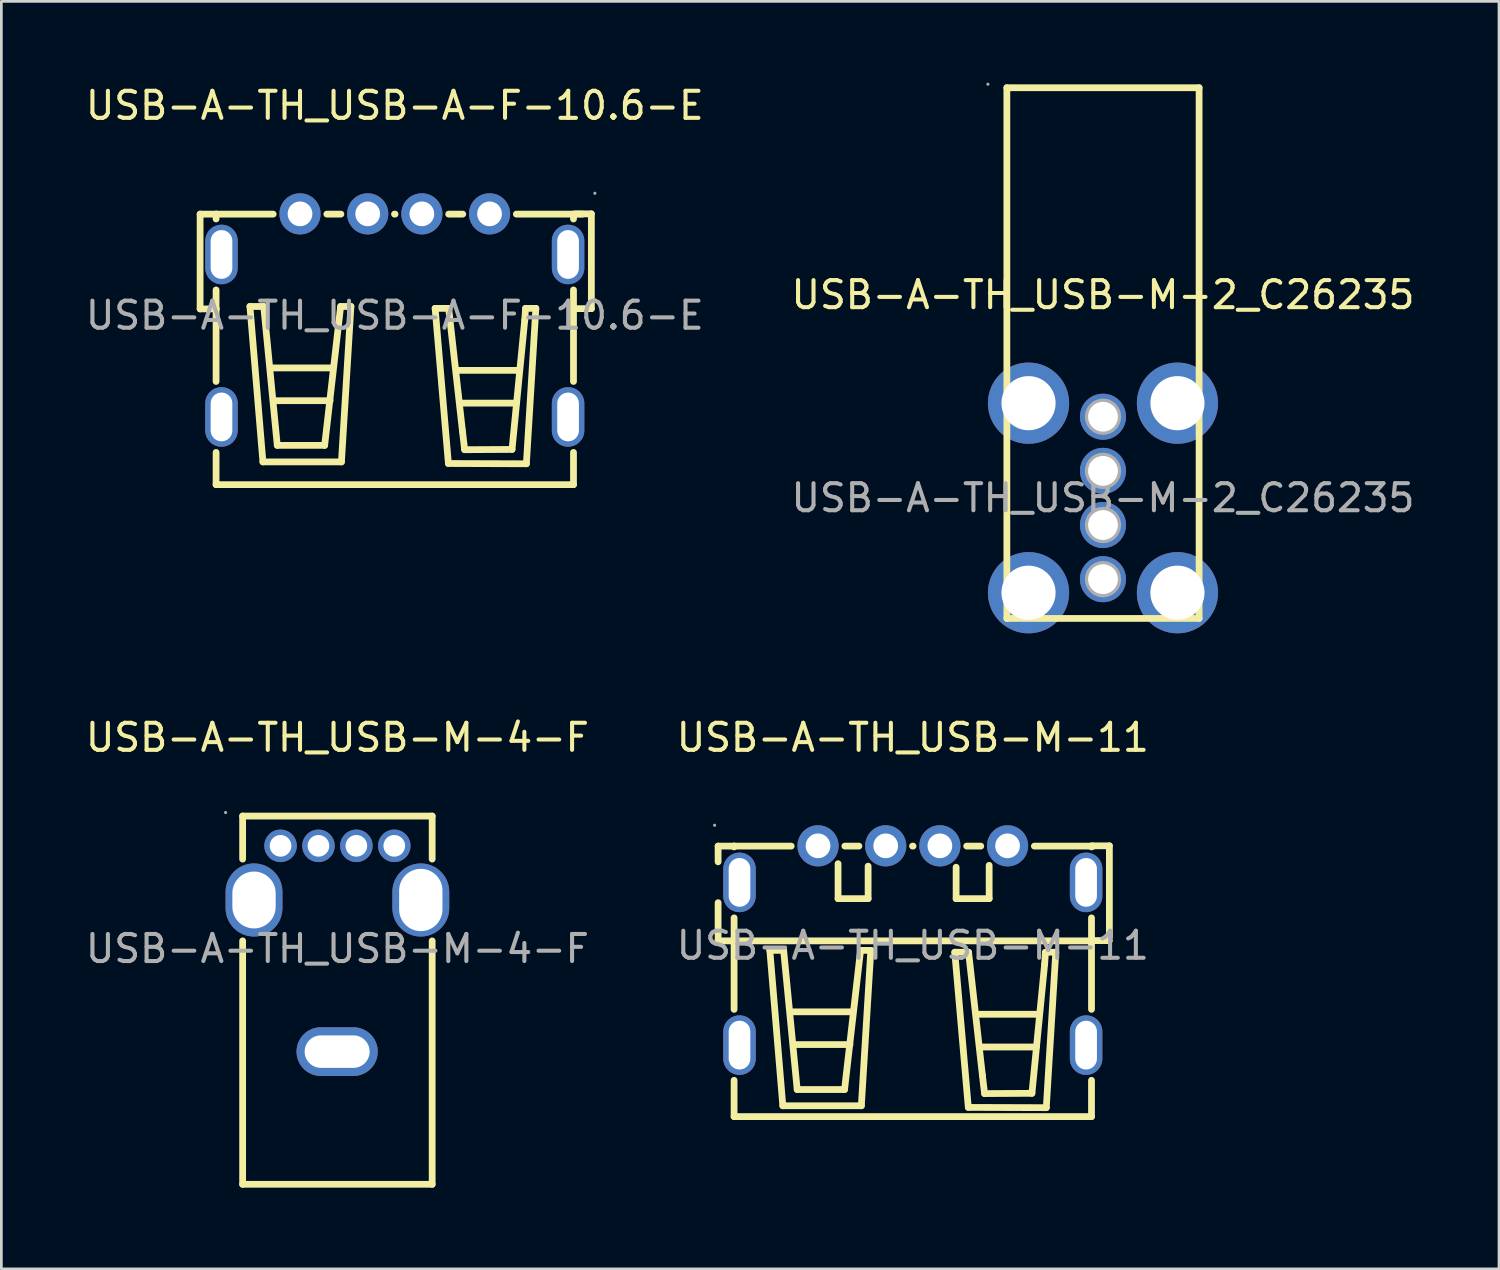
<source format=kicad_pcb>
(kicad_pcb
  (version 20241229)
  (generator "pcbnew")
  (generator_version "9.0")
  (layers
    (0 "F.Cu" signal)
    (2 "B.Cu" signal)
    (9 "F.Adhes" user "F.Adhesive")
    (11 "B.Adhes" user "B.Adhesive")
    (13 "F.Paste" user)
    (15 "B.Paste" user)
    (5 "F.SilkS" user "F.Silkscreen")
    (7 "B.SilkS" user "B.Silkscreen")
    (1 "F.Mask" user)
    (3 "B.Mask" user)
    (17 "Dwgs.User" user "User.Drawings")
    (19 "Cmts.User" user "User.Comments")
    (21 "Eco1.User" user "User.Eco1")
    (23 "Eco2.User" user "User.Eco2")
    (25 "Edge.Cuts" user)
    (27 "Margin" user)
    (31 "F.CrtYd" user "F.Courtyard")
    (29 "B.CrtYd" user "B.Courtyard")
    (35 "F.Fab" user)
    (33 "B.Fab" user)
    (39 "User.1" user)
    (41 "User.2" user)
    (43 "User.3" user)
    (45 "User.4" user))
  (footprint "USB-A-TH_USB-M-4-F"
    (layer "F.Cu")
    (at 9.411 31.988)
    (property "Reference" "USB-A-TH_USB-M-4-F" (at 0 -7.8 0) (layer "F.SilkS") (effects (font (size 1 1) (thickness 0.15))))
    (attr through_hole)
    (fp_line (start -3.5 -4.9) (end -3.5 -3.31) (stroke (width 0.25) (type solid)) (layer "F.SilkS"))
    (fp_line (start -3.5 -4.9) (end 3.5 -4.9) (stroke (width 0.25) (type solid)) (layer "F.SilkS"))
    (fp_line (start -3.5 -0.29) (end -3.5 8.7) (stroke (width 0.25) (type solid)) (layer "F.SilkS"))
    (fp_line (start -3.5 8.7) (end 3.5 8.7) (stroke (width 0.25) (type solid)) (layer "F.SilkS"))
    (fp_line (start 3.5 -4.9) (end 3.5 -3.31) (stroke (width 0.25) (type solid)) (layer "F.SilkS"))
    (fp_line (start 3.5 -0.29) (end 3.5 8.7) (stroke (width 0.25) (type solid)) (layer "F.SilkS"))
    (fp_circle (center -4.13 -5.03) (end -4.1 -5.03) (stroke (width 0.06) (type solid)) (fill no) (layer "F.Fab"))
    (fp_circle (center -2.1 -3.8) (end -1.95 -3.8) (stroke (width 0.3) (type solid)) (fill no) (layer "F.Fab"))
    (fp_circle (center -0.7 -3.8) (end -0.55 -3.8) (stroke (width 0.3) (type solid)) (fill no) (layer "F.Fab"))
    (fp_circle (center 0.7 -3.8) (end 0.85 -3.8) (stroke (width 0.3) (type solid)) (fill no) (layer "F.Fab"))
    (fp_circle (center 2.1 -3.8) (end 2.25 -3.8) (stroke (width 0.3) (type solid)) (fill no) (layer "F.Fab"))
    (fp_text user "${REFERENCE}" (at 0 0 0) (layer "F.Fab") (effects (font (size 1 1) (thickness 0.15))))
    (pad "1" thru_hole circle (at -2.1 -3.8 180) (size 1.2 1.2) (drill 0.8) (layers "*.Cu" "*.Paste" "*.Mask"))
    (pad "2" thru_hole circle (at -0.7 -3.8 180) (size 1.2 1.2) (drill 0.8) (layers "*.Cu" "*.Paste" "*.Mask"))
    (pad "3" thru_hole circle (at 0.7 -3.8 180) (size 1.2 1.2) (drill 0.8) (layers "*.Cu" "*.Paste" "*.Mask"))
    (pad "4" thru_hole circle (at 2.1 -3.8 180) (size 1.2 1.2) (drill 0.8) (layers "*.Cu" "*.Paste" "*.Mask"))
    (pad "5" thru_hole oval (at 3.08 -1.8 90) (size 2.7 2.1) (drill oval 2.3 1.6) (layers "*.Cu" "*.Paste" "*.Mask"))
    (pad "6" thru_hole oval (at -3.08 -1.8) (size 2.1 2.7) (drill oval 1.6 2.1) (layers "*.Cu" "*.Paste" "*.Mask"))
    (pad "7" thru_hole oval (at -0.01 3.8 180) (size 3 1.8) (drill oval 2.4 1.2) (layers "*.Cu" "*.Paste" "*.Mask")))
  (footprint "USB-A-TH_USB-A-F-10.6-E"
    (layer "F.Cu")
    (at 11.53 8.598)
    (property "Reference" "USB-A-TH_USB-A-F-10.6-E" (at 0 -7.75 0) (layer "F.SilkS") (effects (font (size 1 1) (thickness 0.15))))
    (attr through_hole)
    (fp_line (start -7.19 -0.24) (end -7.19 -3.74) (stroke (width 0.25) (type solid)) (layer "F.SilkS"))
    (fp_line (start -6.6 -3.56) (end -6.6 -3.74) (stroke (width 0.25) (type solid)) (layer "F.SilkS"))
    (fp_line (start -6.6 2.44) (end -6.6 -0.94) (stroke (width 0.25) (type solid)) (layer "F.SilkS"))
    (fp_line (start -6.6 6.25) (end -6.6 5.06) (stroke (width 0.25) (type solid)) (layer "F.SilkS"))
    (fp_line (start -6.6 6.25) (end 6.6 6.25) (stroke (width 0.25) (type solid)) (layer "F.SilkS"))
    (fp_line (start -6.59 -3.74) (end -7.19 -3.74) (stroke (width 0.25) (type solid)) (layer "F.SilkS"))
    (fp_line (start -6.59 -3.74) (end -4.49 -3.74) (stroke (width 0.25) (type solid)) (layer "F.SilkS"))
    (fp_line (start -6.59 -0.24) (end -7.19 -0.24) (stroke (width 0.25) (type solid)) (layer "F.SilkS"))
    (fp_line (start -5.35 -0.33) (end -4.84 -0.33) (stroke (width 0.25) (type solid)) (layer "F.SilkS"))
    (fp_line (start -4.87 5.41) (end -5.35 -0.33) (stroke (width 0.25) (type solid)) (layer "F.SilkS"))
    (fp_line (start -4.84 -0.33) (end -4.34 4.8) (stroke (width 0.25) (type solid)) (layer "F.SilkS"))
    (fp_line (start -4.56 1.94) (end -2.3 1.94) (stroke (width 0.25) (type solid)) (layer "F.SilkS"))
    (fp_line (start -4.42 3.15) (end -2.39 3.15) (stroke (width 0.25) (type solid)) (layer "F.SilkS"))
    (fp_line (start -4.34 4.8) (end -2.59 4.8) (stroke (width 0.25) (type solid)) (layer "F.SilkS"))
    (fp_line (start -2.59 4.8) (end -2 -0.33) (stroke (width 0.25) (type solid)) (layer "F.SilkS"))
    (fp_line (start -2.51 -3.74) (end -1.99 -3.74) (stroke (width 0.25) (type solid)) (layer "F.SilkS"))
    (fp_line (start -2 -0.33) (end -1.62 -0.33) (stroke (width 0.25) (type solid)) (layer "F.SilkS"))
    (fp_line (start -1.97 5.41) (end -4.87 5.41) (stroke (width 0.25) (type solid)) (layer "F.SilkS"))
    (fp_line (start -1.62 -0.33) (end -1.97 5.41) (stroke (width 0.25) (type solid)) (layer "F.SilkS"))
    (fp_line (start -0.01 -3.74) (end 0.01 -3.74) (stroke (width 0.25) (type solid)) (layer "F.SilkS"))
    (fp_line (start 1.49 -0.26) (end 1.99 -0.26) (stroke (width 0.25) (type solid)) (layer "F.SilkS"))
    (fp_line (start 1.98 5.47) (end 1.49 -0.26) (stroke (width 0.25) (type solid)) (layer "F.SilkS"))
    (fp_line (start 1.99 -3.74) (end 2.51 -3.74) (stroke (width 0.25) (type solid)) (layer "F.SilkS"))
    (fp_line (start 1.99 -0.26) (end 2.5 4.28) (stroke (width 0.25) (type solid)) (layer "F.SilkS"))
    (fp_line (start 2.32 2.03) (end 4.58 2.03) (stroke (width 0.25) (type solid)) (layer "F.SilkS"))
    (fp_line (start 2.46 3.24) (end 4.49 3.24) (stroke (width 0.25) (type solid)) (layer "F.SilkS"))
    (fp_line (start 2.5 4.28) (end 2.58 4.96) (stroke (width 0.25) (type solid)) (layer "F.SilkS"))
    (fp_line (start 2.58 4.96) (end 4.33 4.95) (stroke (width 0.25) (type solid)) (layer "F.SilkS"))
    (fp_line (start 4.33 4.95) (end 4.8 0.17) (stroke (width 0.25) (type solid)) (layer "F.SilkS"))
    (fp_line (start 4.49 -3.74) (end 6.93 -3.74) (stroke (width 0.25) (type solid)) (layer "F.SilkS"))
    (fp_line (start 4.8 0.17) (end 4.83 -0.26) (stroke (width 0.25) (type solid)) (layer "F.SilkS"))
    (fp_line (start 4.83 -0.26) (end 5.21 -0.26) (stroke (width 0.25) (type solid)) (layer "F.SilkS"))
    (fp_line (start 4.86 5.48) (end 1.98 5.47) (stroke (width 0.25) (type solid)) (layer "F.SilkS"))
    (fp_line (start 5.21 -0.26) (end 4.86 5.48) (stroke (width 0.25) (type solid)) (layer "F.SilkS"))
    (fp_line (start 6.6 -3.56) (end 6.6 -3.74) (stroke (width 0.25) (type solid)) (layer "F.SilkS"))
    (fp_line (start 6.6 2.44) (end 6.6 -0.94) (stroke (width 0.25) (type solid)) (layer "F.SilkS"))
    (fp_line (start 6.6 6.25) (end 6.6 5.06) (stroke (width 0.25) (type solid)) (layer "F.SilkS"))
    (fp_line (start 6.66 -3.75) (end 7.26 -3.75) (stroke (width 0.25) (type solid)) (layer "F.SilkS"))
    (fp_line (start 6.66 -0.25) (end 7.26 -0.25) (stroke (width 0.25) (type solid)) (layer "F.SilkS"))
    (fp_line (start 7.26 -3.75) (end 7.26 -0.25) (stroke (width 0.25) (type solid)) (layer "F.SilkS"))
    (fp_circle (center -3.5 -3.75) (end -3.32 -3.75) (stroke (width 0.36) (type solid)) (fill no) (layer "F.Fab"))
    (fp_circle (center -1 -3.75) (end -0.82 -3.75) (stroke (width 0.36) (type solid)) (fill no) (layer "F.Fab"))
    (fp_circle (center 1 -3.75) (end 1.18 -3.75) (stroke (width 0.36) (type solid)) (fill no) (layer "F.Fab"))
    (fp_circle (center 3.5 -3.75) (end 3.68 -3.75) (stroke (width 0.36) (type solid)) (fill no) (layer "F.Fab"))
    (fp_circle (center 7.39 -4.51) (end 7.42 -4.51) (stroke (width 0.06) (type solid)) (fill no) (layer "F.Fab"))
    (fp_text user "${REFERENCE}" (at 0 0 0) (layer "F.Fab") (effects (font (size 1 1) (thickness 0.15))))
    (pad "1" thru_hole circle (at 3.5 -3.75) (size 1.52 1.52) (drill 0.914) (layers "*.Cu" "*.Paste" "*.Mask"))
    (pad "2" thru_hole circle (at 1 -3.75) (size 1.52 1.52) (drill 0.914) (layers "*.Cu" "*.Paste" "*.Mask"))
    (pad "3" thru_hole circle (at -1 -3.75) (size 1.52 1.52) (drill 0.914) (layers "*.Cu" "*.Paste" "*.Mask"))
    (pad "4" thru_hole circle (at -3.5 -3.75) (size 1.52 1.52) (drill 0.914) (layers "*.Cu" "*.Paste" "*.Mask"))
    (pad "5" thru_hole oval (at -6.4 -2.25 270) (size 2.2 1.2) (drill oval 1.8 0.8) (layers "*.Cu" "*.Paste" "*.Mask"))
    (pad "6" thru_hole oval (at -6.4 3.75 90) (size 2.2 1.2) (drill oval 1.8 0.8) (layers "*.Cu" "*.Paste" "*.Mask"))
    (pad "7" thru_hole oval (at 6.4 3.75 90) (size 2.2 1.2) (drill oval 1.8 0.8) (layers "*.Cu" "*.Paste" "*.Mask"))
    (pad "8" thru_hole oval (at 6.4 -2.25 90) (size 2.2 1.2) (drill oval 1.8 0.8) (layers "*.Cu" "*.Paste" "*.Mask")))
  (footprint "USB-A-TH_USB-M-11"
    (layer "F.Cu")
    (at 30.661 31.868)
    (property "Reference" "USB-A-TH_USB-M-11" (at 0 -7.68 0) (layer "F.SilkS") (effects (font (size 1 1) (thickness 0.15))))
    (attr through_hole)
    (fp_line (start -7.19 -3.67) (end -7.19 -3.09) (stroke (width 0.25) (type solid)) (layer "F.SilkS"))
    (fp_line (start -7.19 -1.58) (end -7.19 -0.17) (stroke (width 0.25) (type solid)) (layer "F.SilkS"))
    (fp_line (start -6.6 -3.64) (end -6.6 -3.67) (stroke (width 0.25) (type solid)) (layer "F.SilkS"))
    (fp_line (start -6.6 -0.17) (end 6.6 -0.17) (stroke (width 0.25) (type solid)) (layer "F.SilkS"))
    (fp_line (start -6.6 2.36) (end -6.6 -1.02) (stroke (width 0.25) (type solid)) (layer "F.SilkS"))
    (fp_line (start -6.6 6.32) (end -6.6 4.98) (stroke (width 0.25) (type solid)) (layer "F.SilkS"))
    (fp_line (start -6.6 6.32) (end 6.6 6.32) (stroke (width 0.25) (type solid)) (layer "F.SilkS"))
    (fp_line (start -6.59 -3.67) (end -7.19 -3.67) (stroke (width 0.25) (type solid)) (layer "F.SilkS"))
    (fp_line (start -6.59 -3.67) (end -4.49 -3.67) (stroke (width 0.25) (type solid)) (layer "F.SilkS"))
    (fp_line (start -6.59 -0.17) (end -7.19 -0.17) (stroke (width 0.25) (type solid)) (layer "F.SilkS"))
    (fp_line (start -5.28 0.18) (end -4.77 0.18) (stroke (width 0.25) (type solid)) (layer "F.SilkS"))
    (fp_line (start -4.8 5.92) (end -5.28 0.18) (stroke (width 0.25) (type solid)) (layer "F.SilkS"))
    (fp_line (start -4.77 0.18) (end -4.27 5.32) (stroke (width 0.25) (type solid)) (layer "F.SilkS"))
    (fp_line (start -4.49 2.45) (end -2.23 2.45) (stroke (width 0.25) (type solid)) (layer "F.SilkS"))
    (fp_line (start -4.35 3.66) (end -2.32 3.66) (stroke (width 0.25) (type solid)) (layer "F.SilkS"))
    (fp_line (start -4.27 5.32) (end -2.52 5.32) (stroke (width 0.25) (type solid)) (layer "F.SilkS"))
    (fp_line (start -2.76 -3.02) (end -2.76 -1.73) (stroke (width 0.25) (type solid)) (layer "F.SilkS"))
    (fp_line (start -2.76 -1.73) (end -1.65 -1.73) (stroke (width 0.25) (type solid)) (layer "F.SilkS"))
    (fp_line (start -2.52 5.32) (end -1.93 0.18) (stroke (width 0.25) (type solid)) (layer "F.SilkS"))
    (fp_line (start -2.51 -3.67) (end -1.99 -3.67) (stroke (width 0.25) (type solid)) (layer "F.SilkS"))
    (fp_line (start -1.93 0.18) (end -1.55 0.18) (stroke (width 0.25) (type solid)) (layer "F.SilkS"))
    (fp_line (start -1.9 5.92) (end -4.8 5.92) (stroke (width 0.25) (type solid)) (layer "F.SilkS"))
    (fp_line (start -1.65 -1.73) (end -1.65 -2.93) (stroke (width 0.25) (type solid)) (layer "F.SilkS"))
    (fp_line (start -1.55 0.18) (end -1.9 5.92) (stroke (width 0.25) (type solid)) (layer "F.SilkS"))
    (fp_line (start -0.01 -3.67) (end 0.01 -3.67) (stroke (width 0.25) (type solid)) (layer "F.SilkS"))
    (fp_line (start 1.55 0.25) (end 2.06 0.25) (stroke (width 0.25) (type solid)) (layer "F.SilkS"))
    (fp_line (start 1.6 -2.89) (end 1.6 -1.73) (stroke (width 0.25) (type solid)) (layer "F.SilkS"))
    (fp_line (start 1.6 -1.73) (end 2.82 -1.73) (stroke (width 0.25) (type solid)) (layer "F.SilkS"))
    (fp_line (start 1.99 -3.67) (end 2.51 -3.67) (stroke (width 0.25) (type solid)) (layer "F.SilkS"))
    (fp_line (start 2.05 5.98) (end 1.55 0.25) (stroke (width 0.25) (type solid)) (layer "F.SilkS"))
    (fp_line (start 2.06 0.25) (end 2.57 4.79) (stroke (width 0.25) (type solid)) (layer "F.SilkS"))
    (fp_line (start 2.39 2.54) (end 4.65 2.54) (stroke (width 0.25) (type solid)) (layer "F.SilkS"))
    (fp_line (start 2.53 3.75) (end 4.56 3.75) (stroke (width 0.25) (type solid)) (layer "F.SilkS"))
    (fp_line (start 2.57 4.79) (end 2.65 5.47) (stroke (width 0.25) (type solid)) (layer "F.SilkS"))
    (fp_line (start 2.65 5.47) (end 4.4 5.46) (stroke (width 0.25) (type solid)) (layer "F.SilkS"))
    (fp_line (start 2.82 -1.73) (end 2.82 -2.96) (stroke (width 0.25) (type solid)) (layer "F.SilkS"))
    (fp_line (start 4.4 5.46) (end 4.87 0.68) (stroke (width 0.25) (type solid)) (layer "F.SilkS"))
    (fp_line (start 4.49 -3.67) (end 6.66 -3.67) (stroke (width 0.25) (type solid)) (layer "F.SilkS"))
    (fp_line (start 4.87 0.68) (end 4.9 0.25) (stroke (width 0.25) (type solid)) (layer "F.SilkS"))
    (fp_line (start 4.9 0.25) (end 5.28 0.25) (stroke (width 0.25) (type solid)) (layer "F.SilkS"))
    (fp_line (start 4.93 5.99) (end 2.05 5.98) (stroke (width 0.25) (type solid)) (layer "F.SilkS"))
    (fp_line (start 5.28 0.25) (end 4.93 5.99) (stroke (width 0.25) (type solid)) (layer "F.SilkS"))
    (fp_line (start 6.6 -3.64) (end 6.6 -3.68) (stroke (width 0.25) (type solid)) (layer "F.SilkS"))
    (fp_line (start 6.6 2.36) (end 6.6 -1.02) (stroke (width 0.25) (type solid)) (layer "F.SilkS"))
    (fp_line (start 6.6 6.32) (end 6.6 4.98) (stroke (width 0.25) (type solid)) (layer "F.SilkS"))
    (fp_line (start 6.66 -3.68) (end 7.26 -3.68) (stroke (width 0.25) (type solid)) (layer "F.SilkS"))
    (fp_line (start 6.66 -0.18) (end 7.26 -0.18) (stroke (width 0.25) (type solid)) (layer "F.SilkS"))
    (fp_line (start 7.26 -3.68) (end 7.26 -0.3) (stroke (width 0.25) (type solid)) (layer "F.SilkS"))
    (fp_circle (center -7.32 -4.44) (end -7.29 -4.44) (stroke (width 0.06) (type solid)) (fill no) (layer "F.Fab"))
    (fp_circle (center -3.5 -3.68) (end -3.32 -3.68) (stroke (width 0.36) (type solid)) (fill no) (layer "F.Fab"))
    (fp_circle (center -1 -3.68) (end -0.82 -3.68) (stroke (width 0.36) (type solid)) (fill no) (layer "F.Fab"))
    (fp_circle (center 1 -3.68) (end 1.18 -3.68) (stroke (width 0.36) (type solid)) (fill no) (layer "F.Fab"))
    (fp_circle (center 3.5 -3.68) (end 3.68 -3.68) (stroke (width 0.36) (type solid)) (fill no) (layer "F.Fab"))
    (fp_text user "${REFERENCE}" (at 0 0 0) (layer "F.Fab") (effects (font (size 1 1) (thickness 0.15))))
    (pad "1" thru_hole circle (at -3.5 -3.68) (size 1.52 1.52) (drill 0.914) (layers "*.Cu" "*.Paste" "*.Mask"))
    (pad "2" thru_hole circle (at -1 -3.68) (size 1.52 1.52) (drill 0.914) (layers "*.Cu" "*.Paste" "*.Mask"))
    (pad "3" thru_hole circle (at 1 -3.68) (size 1.52 1.52) (drill 0.914) (layers "*.Cu" "*.Paste" "*.Mask"))
    (pad "4" thru_hole circle (at 3.5 -3.68) (size 1.52 1.52) (drill 0.914) (layers "*.Cu" "*.Paste" "*.Mask"))
    (pad "5" thru_hole oval (at -6.4 -2.33 270) (size 2.2 1.2) (drill oval 1.8 0.8) (layers "*.Cu" "*.Paste" "*.Mask"))
    (pad "6" thru_hole oval (at -6.4 3.68 90) (size 2.2 1.2) (drill oval 1.8 0.8) (layers "*.Cu" "*.Paste" "*.Mask"))
    (pad "7" thru_hole oval (at 6.4 3.68 90) (size 2.2 1.2) (drill oval 1.8 0.8) (layers "*.Cu" "*.Paste" "*.Mask"))
    (pad "8" thru_hole oval (at 6.4 -2.33 90) (size 2.2 1.2) (drill oval 1.8 0.8) (layers "*.Cu" "*.Paste" "*.Mask")))
  (footprint "USB-A-TH_USB-M-2_C26235"
    (layer "F.Cu")
    (at 37.685 15.34)
    (property "Reference" "USB-A-TH_USB-M-2_C26235" (at 0 -7.5 0) (layer "F.SilkS") (effects (font (size 1 1) (thickness 0.15))))
    (attr through_hole)
    (fp_line (start -3.55 -15.15) (end -3.55 4.45) (stroke (width 0.25) (type solid)) (layer "F.SilkS"))
    (fp_line (start -3.55 -15.15) (end 3.55 -15.15) (stroke (width 0.25) (type solid)) (layer "F.SilkS"))
    (fp_line (start -3.55 4.45) (end 3.55 4.45) (stroke (width 0.25) (type solid)) (layer "F.SilkS"))
    (fp_line (start 3.55 -15.15) (end 3.55 4.45) (stroke (width 0.25) (type solid)) (layer "F.SilkS"))
    (fp_circle (center -4.25 -15.28) (end -4.22 -15.28) (stroke (width 0.06) (type solid)) (fill no) (layer "F.Fab"))
    (fp_circle (center -2.75 -3.5) (end -2.3 -3.5) (stroke (width 0.9) (type solid)) (fill no) (layer "F.Fab"))
    (fp_circle (center -2.75 3.5) (end -2.3 3.5) (stroke (width 0.9) (type solid)) (fill no) (layer "F.Fab"))
    (fp_circle (center 0 -3) (end 0.22 -3) (stroke (width 0.45) (type solid)) (fill no) (layer "F.Fab"))
    (fp_circle (center 0 -1) (end 0.22 -1) (stroke (width 0.45) (type solid)) (fill no) (layer "F.Fab"))
    (fp_circle (center 0 1) (end 0.22 1) (stroke (width 0.45) (type solid)) (fill no) (layer "F.Fab"))
    (fp_circle (center 0 3) (end 0.22 3) (stroke (width 0.45) (type solid)) (fill no) (layer "F.Fab"))
    (fp_circle (center 2.75 -3.5) (end 3.2 -3.5) (stroke (width 0.9) (type solid)) (fill no) (layer "F.Fab"))
    (fp_circle (center 2.75 3.5) (end 3.2 3.5) (stroke (width 0.9) (type solid)) (fill no) (layer "F.Fab"))
    (fp_text user "${REFERENCE}" (at 0 0 0) (layer "F.Fab") (effects (font (size 1 1) (thickness 0.15))))
    (pad "1" thru_hole circle (at 0 -3 180) (size 1.7 1.7) (drill 1.1) (layers "*.Cu" "*.Paste" "*.Mask"))
    (pad "2" thru_hole circle (at 0 -1 180) (size 1.7 1.7) (drill 1.1) (layers "*.Cu" "*.Paste" "*.Mask"))
    (pad "3" thru_hole circle (at 0 1 180) (size 1.7 1.7) (drill 1.1) (layers "*.Cu" "*.Paste" "*.Mask"))
    (pad "4" thru_hole circle (at 0 3 180) (size 1.7 1.7) (drill 1.1) (layers "*.Cu" "*.Paste" "*.Mask"))
    (pad "5" thru_hole circle (at 2.75 3.5 180) (size 3 3) (drill 2) (layers "*.Cu" "*.Paste" "*.Mask"))
    (pad "6" thru_hole circle (at 2.75 -3.5 180) (size 3 3) (drill 2) (layers "*.Cu" "*.Paste" "*.Mask"))
    (pad "7" thru_hole circle (at -2.75 -3.5 180) (size 3 3) (drill 2) (layers "*.Cu" "*.Paste" "*.Mask"))
    (pad "8" thru_hole circle (at -2.75 3.5 180) (size 3 3) (drill 2) (layers "*.Cu" "*.Paste" "*.Mask")))
  (gr_rect
    (start -3 -3)
    (end 52.31 43.813)
    (stroke (width 0.1) (type default))
    (fill no)
    (layer "Edge.Cuts")))
</source>
